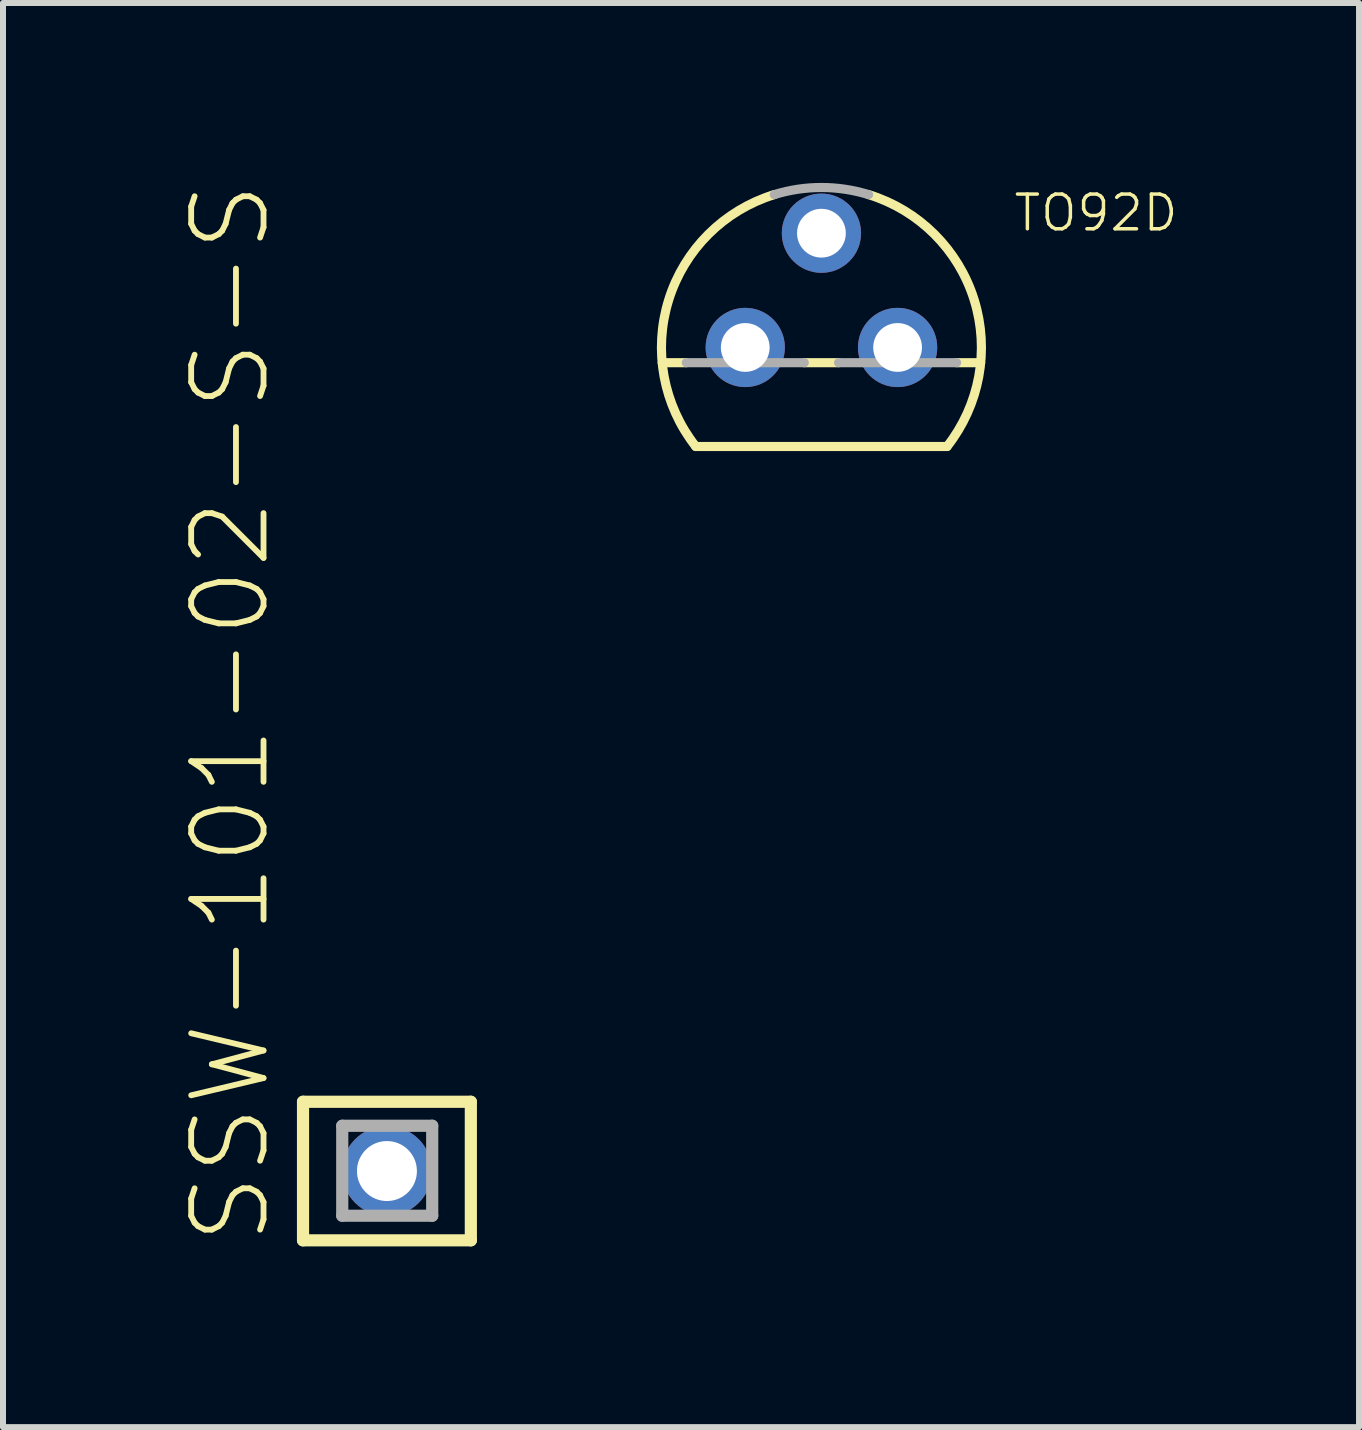
<source format=kicad_pcb>
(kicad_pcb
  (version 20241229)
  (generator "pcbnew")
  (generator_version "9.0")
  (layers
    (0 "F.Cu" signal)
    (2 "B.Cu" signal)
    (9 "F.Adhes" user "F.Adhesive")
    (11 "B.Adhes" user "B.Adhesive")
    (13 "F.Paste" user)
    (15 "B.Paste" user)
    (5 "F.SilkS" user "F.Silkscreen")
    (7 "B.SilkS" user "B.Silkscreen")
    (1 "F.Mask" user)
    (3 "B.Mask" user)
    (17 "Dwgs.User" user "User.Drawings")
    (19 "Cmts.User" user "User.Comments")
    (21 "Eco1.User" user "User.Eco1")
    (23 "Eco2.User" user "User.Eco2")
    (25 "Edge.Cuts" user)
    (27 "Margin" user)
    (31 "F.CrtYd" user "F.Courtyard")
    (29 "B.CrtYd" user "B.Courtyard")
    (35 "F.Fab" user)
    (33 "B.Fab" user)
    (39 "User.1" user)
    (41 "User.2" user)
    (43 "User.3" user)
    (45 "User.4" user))
  (footprint "SSW-101-02-S-S"
    (layer "F.Cu")
    (at 3.401 16.474)
    (property "Reference" "SSW-101-02-S-S" (at -1.905 1.27 90) (layer "F.SilkS") (effects (font (size 1.206 1.206) (thickness 0.097)) (justify left bottom)))
    (attr through_hole)
    (fp_line (start -1.399 -1.155) (end 1.399 -1.155) (stroke (width 0.203) (type solid)) (layer "F.SilkS"))
    (fp_line (start -1.399 1.155) (end -1.399 -1.155) (stroke (width 0.203) (type solid)) (layer "F.SilkS"))
    (fp_line (start 1.399 -1.155) (end 1.399 1.155) (stroke (width 0.203) (type solid)) (layer "F.SilkS"))
    (fp_line (start 1.399 1.155) (end -1.399 1.155) (stroke (width 0.203) (type solid)) (layer "F.SilkS"))
    (fp_line (start -0.745 -0.755) (end 0.755 -0.755) (stroke (width 0.203) (type solid)) (layer "F.Fab"))
    (fp_line (start -0.745 0.745) (end -0.745 -0.755) (stroke (width 0.203) (type solid)) (layer "F.Fab"))
    (fp_line (start 0.755 -0.755) (end 0.755 0.745) (stroke (width 0.203) (type solid)) (layer "F.Fab"))
    (fp_line (start 0.755 0.745) (end -0.745 0.745) (stroke (width 0.203) (type solid)) (layer "F.Fab"))
    (pad "1" thru_hole circle (at 0 0) (size 1.5 1.5) (drill 1) (layers "*.Cu" "*.Mask")))
  (footprint "TO92D"
    (layer "F.Cu")
    (at 10.645 2.743)
    (property "Reference" "TO92D" (at 3.175 -1.905 180) (layer "F.SilkS") (effects (font (size 0.579 0.579) (thickness 0.058)) (justify left bottom)))
    (attr through_hole)
    (fp_line (start -2.655 0.254) (end -2.254 0.254) (stroke (width 0.152) (type solid)) (layer "F.SilkS"))
    (fp_line (start -2.095 1.651) (end 2.095 1.651) (stroke (width 0.152) (type solid)) (layer "F.SilkS"))
    (fp_line (start -0.286 0.254) (end 0.286 0.254) (stroke (width 0.152) (type solid)) (layer "F.SilkS"))
    (fp_line (start 2.254 0.254) (end 2.655 0.254) (stroke (width 0.152) (type solid)) (layer "F.SilkS"))
    (fp_arc (start -2.0946 1.651) (mid -2.54634 -0.793276) (end -0.786301 -2.548501) (stroke (width 0.1524) (type solid)) (layer "F.SilkS"))
    (fp_arc (start 0.7868 -2.5484) (mid 2.54677 -0.793202) (end 2.095 1.650999) (stroke (width 0.1524) (type solid)) (layer "F.SilkS"))
    (fp_line (start -2.254 0.254) (end -0.286 0.254) (stroke (width 0.152) (type solid)) (layer "F.Fab"))
    (fp_line (start 0.286 0.254) (end 2.254 0.254) (stroke (width 0.152) (type solid)) (layer "F.Fab"))
    (fp_arc (start -0.7863 -2.5485) (mid 0 -2.667043) (end 0.7863 -2.5485) (stroke (width 0.1524) (type solid)) (layer "F.Fab"))
    (pad "B" thru_hole circle (at 0 -1.905) (size 1.321 1.321) (drill 0.813) (layers "*.Cu" "*.Mask"))
    (pad "C" thru_hole circle (at 1.27 0) (size 1.321 1.321) (drill 0.813) (layers "*.Cu" "*.Mask"))
    (pad "E" thru_hole circle (at -1.27 0) (size 1.321 1.321) (drill 0.813) (layers "*.Cu" "*.Mask")))
  (gr_rect
    (start -3 -3)
    (end 19.608 20.744)
    (stroke (width 0.1) (type default))
    (fill no)
    (layer "Edge.Cuts")))
</source>
